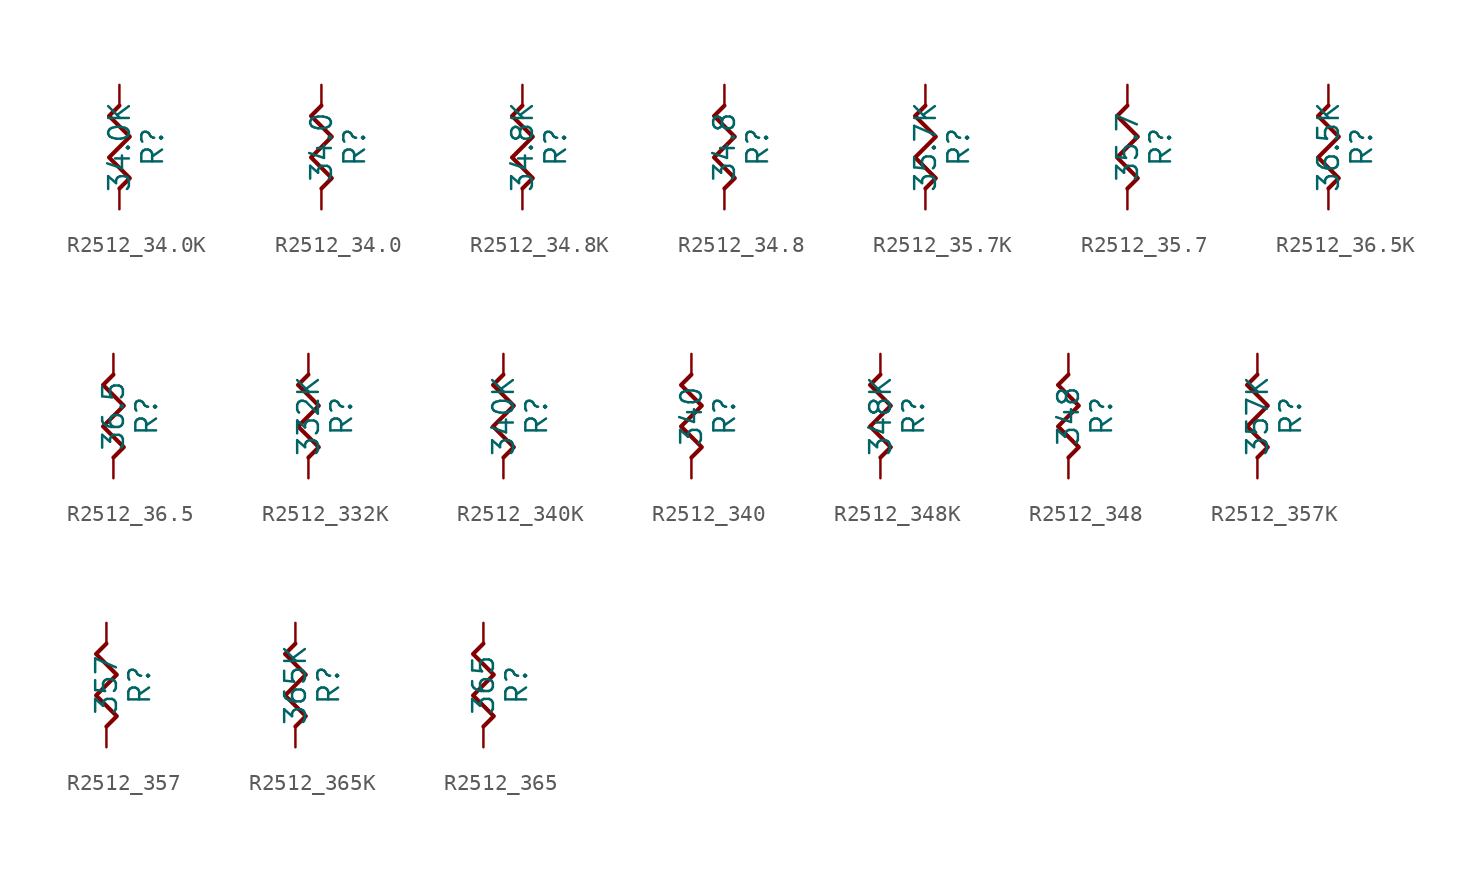
<source format=kicad_sym>
(kicad_symbol_lib
  (version 20211014)
  (generator atlantix-eda)
  (symbol "R2512_34.0K"
    (pin_numbers hide)
    (pin_names
      (offset 0))
    (property "Reference" "R"
      (at 2.032 0 90)
      (effects (font (size 1.27 1.27))))
    (property "Value" "34.0K"
      (at 0 0 90)
      (effects (font (size 1.27 1.27))))
    (symbol "R2512_34.0K_0_1"
      (polyline (pts (xy 0 -2.54) (xy 0.635 -1.905) (xy -0.635 -0.635) (xy 0.635 0.635) (xy -0.635 1.905) (xy 0 2.54)) (stroke (width 0.254) (type default) (color 0 0 0 0)) (fill (type none))))
    (symbol "R2512_34.0K_1_1"
      (pin passive line (at 0 3.81 270) (length 1.27) (name "~" (effects (font (size 1.27 1.27)))) (number "1" (effects (font (size 1.27 1.27)))))
      (pin passive line (at 0 -3.81 90) (length 1.27) (name "~" (effects (font (size 1.27 1.27)))) (number "2" (effects (font (size 1.27 1.27)))))))
  (symbol "R2512_34.0"
    (pin_numbers hide)
    (pin_names
      (offset 0))
    (property "Reference" "R"
      (at 2.032 0 90)
      (effects (font (size 1.27 1.27))))
    (property "Value" "34.0"
      (at 0 0 90)
      (effects (font (size 1.27 1.27))))
    (symbol "R2512_34.0_0_1"
      (polyline (pts (xy 0 -2.54) (xy 0.635 -1.905) (xy -0.635 -0.635) (xy 0.635 0.635) (xy -0.635 1.905) (xy 0 2.54)) (stroke (width 0.254) (type default) (color 0 0 0 0)) (fill (type none))))
    (symbol "R2512_34.0_1_1"
      (pin passive line (at 0 3.81 270) (length 1.27) (name "~" (effects (font (size 1.27 1.27)))) (number "1" (effects (font (size 1.27 1.27)))))
      (pin passive line (at 0 -3.81 90) (length 1.27) (name "~" (effects (font (size 1.27 1.27)))) (number "2" (effects (font (size 1.27 1.27)))))))
  (symbol "R2512_34.8K"
    (pin_numbers hide)
    (pin_names
      (offset 0))
    (property "Reference" "R"
      (at 2.032 0 90)
      (effects (font (size 1.27 1.27))))
    (property "Value" "34.8K"
      (at 0 0 90)
      (effects (font (size 1.27 1.27))))
    (symbol "R2512_34.8K_0_1"
      (polyline (pts (xy 0 -2.54) (xy 0.635 -1.905) (xy -0.635 -0.635) (xy 0.635 0.635) (xy -0.635 1.905) (xy 0 2.54)) (stroke (width 0.254) (type default) (color 0 0 0 0)) (fill (type none))))
    (symbol "R2512_34.8K_1_1"
      (pin passive line (at 0 3.81 270) (length 1.27) (name "~" (effects (font (size 1.27 1.27)))) (number "1" (effects (font (size 1.27 1.27)))))
      (pin passive line (at 0 -3.81 90) (length 1.27) (name "~" (effects (font (size 1.27 1.27)))) (number "2" (effects (font (size 1.27 1.27)))))))
  (symbol "R2512_34.8"
    (pin_numbers hide)
    (pin_names
      (offset 0))
    (property "Reference" "R"
      (at 2.032 0 90)
      (effects (font (size 1.27 1.27))))
    (property "Value" "34.8"
      (at 0 0 90)
      (effects (font (size 1.27 1.27))))
    (symbol "R2512_34.8_0_1"
      (polyline (pts (xy 0 -2.54) (xy 0.635 -1.905) (xy -0.635 -0.635) (xy 0.635 0.635) (xy -0.635 1.905) (xy 0 2.54)) (stroke (width 0.254) (type default) (color 0 0 0 0)) (fill (type none))))
    (symbol "R2512_34.8_1_1"
      (pin passive line (at 0 3.81 270) (length 1.27) (name "~" (effects (font (size 1.27 1.27)))) (number "1" (effects (font (size 1.27 1.27)))))
      (pin passive line (at 0 -3.81 90) (length 1.27) (name "~" (effects (font (size 1.27 1.27)))) (number "2" (effects (font (size 1.27 1.27)))))))
  (symbol "R2512_35.7K"
    (pin_numbers hide)
    (pin_names
      (offset 0))
    (property "Reference" "R"
      (at 2.032 0 90)
      (effects (font (size 1.27 1.27))))
    (property "Value" "35.7K"
      (at 0 0 90)
      (effects (font (size 1.27 1.27))))
    (symbol "R2512_35.7K_0_1"
      (polyline (pts (xy 0 -2.54) (xy 0.635 -1.905) (xy -0.635 -0.635) (xy 0.635 0.635) (xy -0.635 1.905) (xy 0 2.54)) (stroke (width 0.254) (type default) (color 0 0 0 0)) (fill (type none))))
    (symbol "R2512_35.7K_1_1"
      (pin passive line (at 0 3.81 270) (length 1.27) (name "~" (effects (font (size 1.27 1.27)))) (number "1" (effects (font (size 1.27 1.27)))))
      (pin passive line (at 0 -3.81 90) (length 1.27) (name "~" (effects (font (size 1.27 1.27)))) (number "2" (effects (font (size 1.27 1.27)))))))
  (symbol "R2512_35.7"
    (pin_numbers hide)
    (pin_names
      (offset 0))
    (property "Reference" "R"
      (at 2.032 0 90)
      (effects (font (size 1.27 1.27))))
    (property "Value" "35.7"
      (at 0 0 90)
      (effects (font (size 1.27 1.27))))
    (symbol "R2512_35.7_0_1"
      (polyline (pts (xy 0 -2.54) (xy 0.635 -1.905) (xy -0.635 -0.635) (xy 0.635 0.635) (xy -0.635 1.905) (xy 0 2.54)) (stroke (width 0.254) (type default) (color 0 0 0 0)) (fill (type none))))
    (symbol "R2512_35.7_1_1"
      (pin passive line (at 0 3.81 270) (length 1.27) (name "~" (effects (font (size 1.27 1.27)))) (number "1" (effects (font (size 1.27 1.27)))))
      (pin passive line (at 0 -3.81 90) (length 1.27) (name "~" (effects (font (size 1.27 1.27)))) (number "2" (effects (font (size 1.27 1.27)))))))
  (symbol "R2512_36.5K"
    (pin_numbers hide)
    (pin_names
      (offset 0))
    (property "Reference" "R"
      (at 2.032 0 90)
      (effects (font (size 1.27 1.27))))
    (property "Value" "36.5K"
      (at 0 0 90)
      (effects (font (size 1.27 1.27))))
    (symbol "R2512_36.5K_0_1"
      (polyline (pts (xy 0 -2.54) (xy 0.635 -1.905) (xy -0.635 -0.635) (xy 0.635 0.635) (xy -0.635 1.905) (xy 0 2.54)) (stroke (width 0.254) (type default) (color 0 0 0 0)) (fill (type none))))
    (symbol "R2512_36.5K_1_1"
      (pin passive line (at 0 3.81 270) (length 1.27) (name "~" (effects (font (size 1.27 1.27)))) (number "1" (effects (font (size 1.27 1.27)))))
      (pin passive line (at 0 -3.81 90) (length 1.27) (name "~" (effects (font (size 1.27 1.27)))) (number "2" (effects (font (size 1.27 1.27)))))))
  (symbol "R2512_36.5"
    (pin_numbers hide)
    (pin_names
      (offset 0))
    (property "Reference" "R"
      (at 2.032 0 90)
      (effects (font (size 1.27 1.27))))
    (property "Value" "36.5"
      (at 0 0 90)
      (effects (font (size 1.27 1.27))))
    (symbol "R2512_36.5_0_1"
      (polyline (pts (xy 0 -2.54) (xy 0.635 -1.905) (xy -0.635 -0.635) (xy 0.635 0.635) (xy -0.635 1.905) (xy 0 2.54)) (stroke (width 0.254) (type default) (color 0 0 0 0)) (fill (type none))))
    (symbol "R2512_36.5_1_1"
      (pin passive line (at 0 3.81 270) (length 1.27) (name "~" (effects (font (size 1.27 1.27)))) (number "1" (effects (font (size 1.27 1.27)))))
      (pin passive line (at 0 -3.81 90) (length 1.27) (name "~" (effects (font (size 1.27 1.27)))) (number "2" (effects (font (size 1.27 1.27)))))))
  (symbol "R2512_332K"
    (pin_numbers hide)
    (pin_names
      (offset 0))
    (property "Reference" "R"
      (at 2.032 0 90)
      (effects (font (size 1.27 1.27))))
    (property "Value" "332K"
      (at 0 0 90)
      (effects (font (size 1.27 1.27))))
    (symbol "R2512_332K_0_1"
      (polyline (pts (xy 0 -2.54) (xy 0.635 -1.905) (xy -0.635 -0.635) (xy 0.635 0.635) (xy -0.635 1.905) (xy 0 2.54)) (stroke (width 0.254) (type default) (color 0 0 0 0)) (fill (type none))))
    (symbol "R2512_332K_1_1"
      (pin passive line (at 0 3.81 270) (length 1.27) (name "~" (effects (font (size 1.27 1.27)))) (number "1" (effects (font (size 1.27 1.27)))))
      (pin passive line (at 0 -3.81 90) (length 1.27) (name "~" (effects (font (size 1.27 1.27)))) (number "2" (effects (font (size 1.27 1.27)))))))
  (symbol "R2512_340K"
    (pin_numbers hide)
    (pin_names
      (offset 0))
    (property "Reference" "R"
      (at 2.032 0 90)
      (effects (font (size 1.27 1.27))))
    (property "Value" "340K"
      (at 0 0 90)
      (effects (font (size 1.27 1.27))))
    (symbol "R2512_340K_0_1"
      (polyline (pts (xy 0 -2.54) (xy 0.635 -1.905) (xy -0.635 -0.635) (xy 0.635 0.635) (xy -0.635 1.905) (xy 0 2.54)) (stroke (width 0.254) (type default) (color 0 0 0 0)) (fill (type none))))
    (symbol "R2512_340K_1_1"
      (pin passive line (at 0 3.81 270) (length 1.27) (name "~" (effects (font (size 1.27 1.27)))) (number "1" (effects (font (size 1.27 1.27)))))
      (pin passive line (at 0 -3.81 90) (length 1.27) (name "~" (effects (font (size 1.27 1.27)))) (number "2" (effects (font (size 1.27 1.27)))))))
  (symbol "R2512_340"
    (pin_numbers hide)
    (pin_names
      (offset 0))
    (property "Reference" "R"
      (at 2.032 0 90)
      (effects (font (size 1.27 1.27))))
    (property "Value" "340"
      (at 0 0 90)
      (effects (font (size 1.27 1.27))))
    (symbol "R2512_340_0_1"
      (polyline (pts (xy 0 -2.54) (xy 0.635 -1.905) (xy -0.635 -0.635) (xy 0.635 0.635) (xy -0.635 1.905) (xy 0 2.54)) (stroke (width 0.254) (type default) (color 0 0 0 0)) (fill (type none))))
    (symbol "R2512_340_1_1"
      (pin passive line (at 0 3.81 270) (length 1.27) (name "~" (effects (font (size 1.27 1.27)))) (number "1" (effects (font (size 1.27 1.27)))))
      (pin passive line (at 0 -3.81 90) (length 1.27) (name "~" (effects (font (size 1.27 1.27)))) (number "2" (effects (font (size 1.27 1.27)))))))
  (symbol "R2512_348K"
    (pin_numbers hide)
    (pin_names
      (offset 0))
    (property "Reference" "R"
      (at 2.032 0 90)
      (effects (font (size 1.27 1.27))))
    (property "Value" "348K"
      (at 0 0 90)
      (effects (font (size 1.27 1.27))))
    (symbol "R2512_348K_0_1"
      (polyline (pts (xy 0 -2.54) (xy 0.635 -1.905) (xy -0.635 -0.635) (xy 0.635 0.635) (xy -0.635 1.905) (xy 0 2.54)) (stroke (width 0.254) (type default) (color 0 0 0 0)) (fill (type none))))
    (symbol "R2512_348K_1_1"
      (pin passive line (at 0 3.81 270) (length 1.27) (name "~" (effects (font (size 1.27 1.27)))) (number "1" (effects (font (size 1.27 1.27)))))
      (pin passive line (at 0 -3.81 90) (length 1.27) (name "~" (effects (font (size 1.27 1.27)))) (number "2" (effects (font (size 1.27 1.27)))))))
  (symbol "R2512_348"
    (pin_numbers hide)
    (pin_names
      (offset 0))
    (property "Reference" "R"
      (at 2.032 0 90)
      (effects (font (size 1.27 1.27))))
    (property "Value" "348"
      (at 0 0 90)
      (effects (font (size 1.27 1.27))))
    (symbol "R2512_348_0_1"
      (polyline (pts (xy 0 -2.54) (xy 0.635 -1.905) (xy -0.635 -0.635) (xy 0.635 0.635) (xy -0.635 1.905) (xy 0 2.54)) (stroke (width 0.254) (type default) (color 0 0 0 0)) (fill (type none))))
    (symbol "R2512_348_1_1"
      (pin passive line (at 0 3.81 270) (length 1.27) (name "~" (effects (font (size 1.27 1.27)))) (number "1" (effects (font (size 1.27 1.27)))))
      (pin passive line (at 0 -3.81 90) (length 1.27) (name "~" (effects (font (size 1.27 1.27)))) (number "2" (effects (font (size 1.27 1.27)))))))
  (symbol "R2512_357K"
    (pin_numbers hide)
    (pin_names
      (offset 0))
    (property "Reference" "R"
      (at 2.032 0 90)
      (effects (font (size 1.27 1.27))))
    (property "Value" "357K"
      (at 0 0 90)
      (effects (font (size 1.27 1.27))))
    (symbol "R2512_357K_0_1"
      (polyline (pts (xy 0 -2.54) (xy 0.635 -1.905) (xy -0.635 -0.635) (xy 0.635 0.635) (xy -0.635 1.905) (xy 0 2.54)) (stroke (width 0.254) (type default) (color 0 0 0 0)) (fill (type none))))
    (symbol "R2512_357K_1_1"
      (pin passive line (at 0 3.81 270) (length 1.27) (name "~" (effects (font (size 1.27 1.27)))) (number "1" (effects (font (size 1.27 1.27)))))
      (pin passive line (at 0 -3.81 90) (length 1.27) (name "~" (effects (font (size 1.27 1.27)))) (number "2" (effects (font (size 1.27 1.27)))))))
  (symbol "R2512_357"
    (pin_numbers hide)
    (pin_names
      (offset 0))
    (property "Reference" "R"
      (at 2.032 0 90)
      (effects (font (size 1.27 1.27))))
    (property "Value" "357"
      (at 0 0 90)
      (effects (font (size 1.27 1.27))))
    (symbol "R2512_357_0_1"
      (polyline (pts (xy 0 -2.54) (xy 0.635 -1.905) (xy -0.635 -0.635) (xy 0.635 0.635) (xy -0.635 1.905) (xy 0 2.54)) (stroke (width 0.254) (type default) (color 0 0 0 0)) (fill (type none))))
    (symbol "R2512_357_1_1"
      (pin passive line (at 0 3.81 270) (length 1.27) (name "~" (effects (font (size 1.27 1.27)))) (number "1" (effects (font (size 1.27 1.27)))))
      (pin passive line (at 0 -3.81 90) (length 1.27) (name "~" (effects (font (size 1.27 1.27)))) (number "2" (effects (font (size 1.27 1.27)))))))
  (symbol "R2512_365K"
    (pin_numbers hide)
    (pin_names
      (offset 0))
    (property "Reference" "R"
      (at 2.032 0 90)
      (effects (font (size 1.27 1.27))))
    (property "Value" "365K"
      (at 0 0 90)
      (effects (font (size 1.27 1.27))))
    (symbol "R2512_365K_0_1"
      (polyline (pts (xy 0 -2.54) (xy 0.635 -1.905) (xy -0.635 -0.635) (xy 0.635 0.635) (xy -0.635 1.905) (xy 0 2.54)) (stroke (width 0.254) (type default) (color 0 0 0 0)) (fill (type none))))
    (symbol "R2512_365K_1_1"
      (pin passive line (at 0 3.81 270) (length 1.27) (name "~" (effects (font (size 1.27 1.27)))) (number "1" (effects (font (size 1.27 1.27)))))
      (pin passive line (at 0 -3.81 90) (length 1.27) (name "~" (effects (font (size 1.27 1.27)))) (number "2" (effects (font (size 1.27 1.27)))))))
  (symbol "R2512_365"
    (pin_numbers hide)
    (pin_names
      (offset 0))
    (property "Reference" "R"
      (at 2.032 0 90)
      (effects (font (size 1.27 1.27))))
    (property "Value" "365"
      (at 0 0 90)
      (effects (font (size 1.27 1.27))))
    (symbol "R2512_365_0_1"
      (polyline (pts (xy 0 -2.54) (xy 0.635 -1.905) (xy -0.635 -0.635) (xy 0.635 0.635) (xy -0.635 1.905) (xy 0 2.54)) (stroke (width 0.254) (type default) (color 0 0 0 0)) (fill (type none))))
    (symbol "R2512_365_1_1"
      (pin passive line (at 0 3.81 270) (length 1.27) (name "~" (effects (font (size 1.27 1.27)))) (number "1" (effects (font (size 1.27 1.27)))))
      (pin passive line (at 0 -3.81 90) (length 1.27) (name "~" (effects (font (size 1.27 1.27)))) (number "2" (effects (font (size 1.27 1.27))))))))
</source>
